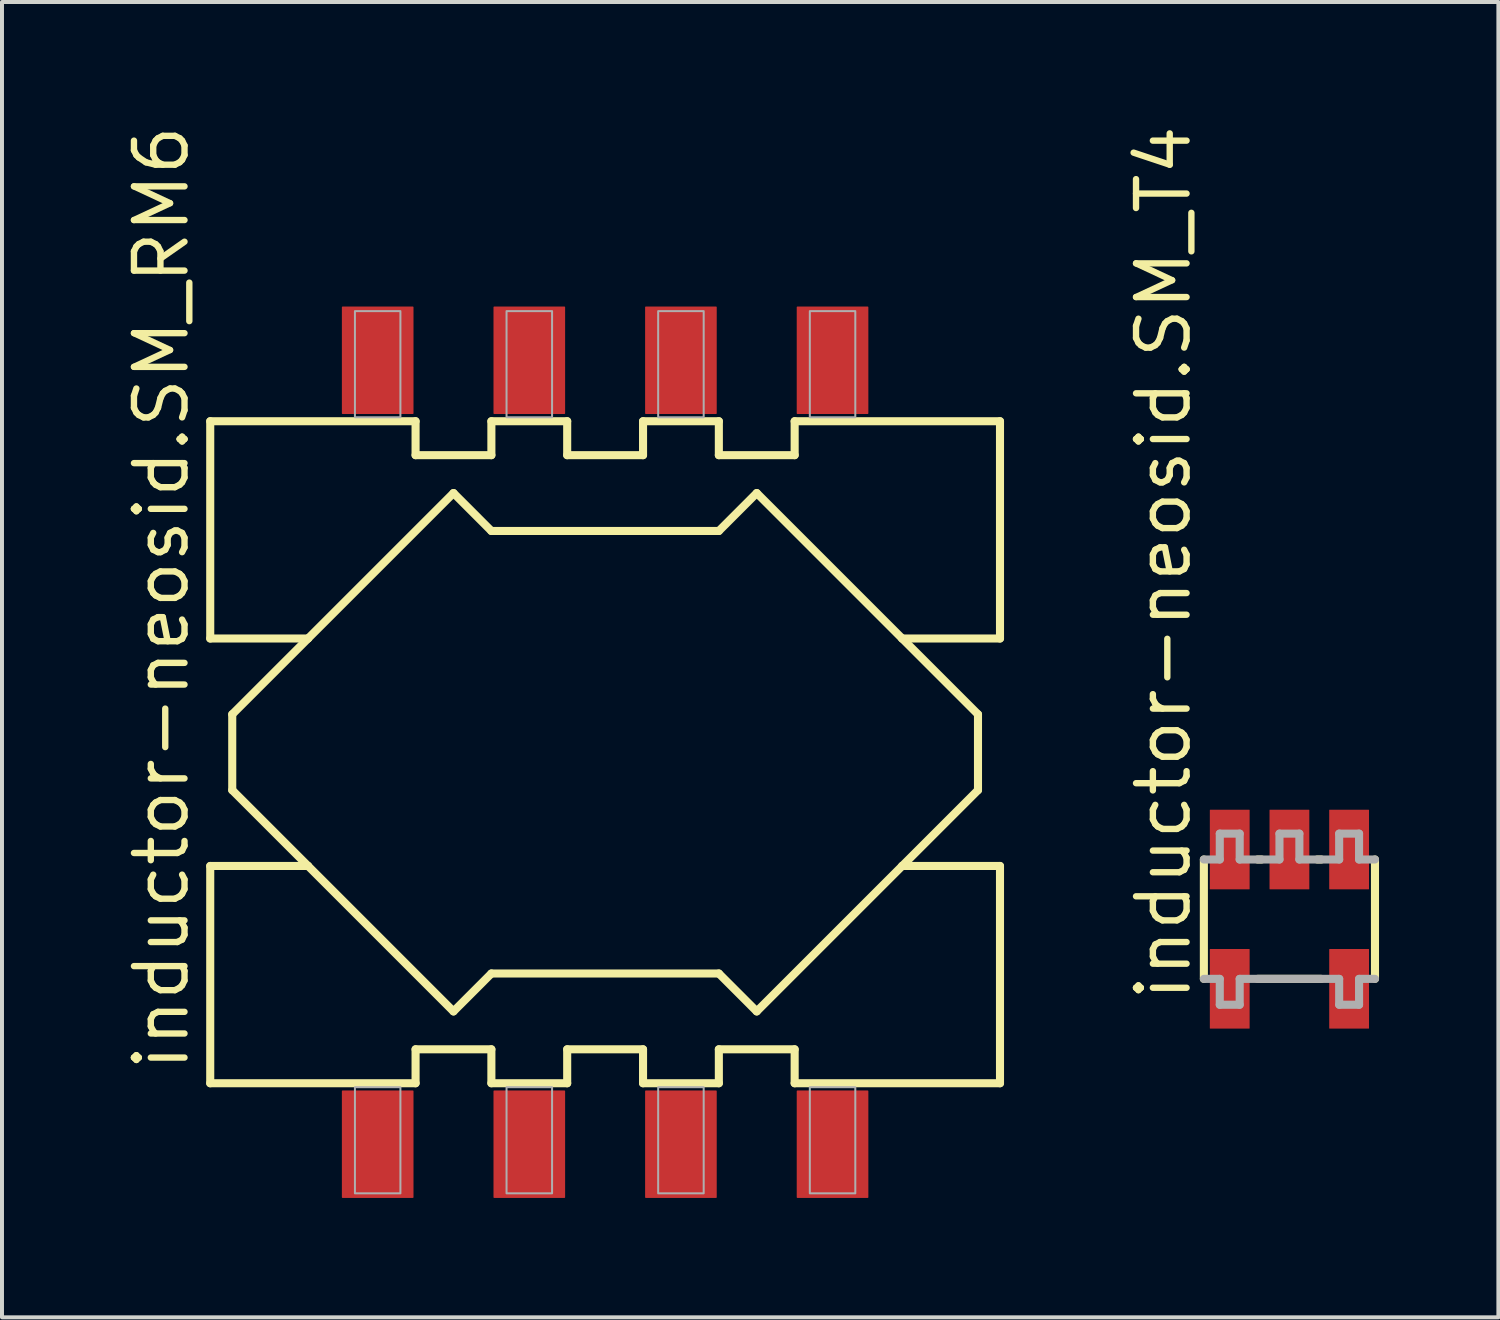
<source format=kicad_pcb>
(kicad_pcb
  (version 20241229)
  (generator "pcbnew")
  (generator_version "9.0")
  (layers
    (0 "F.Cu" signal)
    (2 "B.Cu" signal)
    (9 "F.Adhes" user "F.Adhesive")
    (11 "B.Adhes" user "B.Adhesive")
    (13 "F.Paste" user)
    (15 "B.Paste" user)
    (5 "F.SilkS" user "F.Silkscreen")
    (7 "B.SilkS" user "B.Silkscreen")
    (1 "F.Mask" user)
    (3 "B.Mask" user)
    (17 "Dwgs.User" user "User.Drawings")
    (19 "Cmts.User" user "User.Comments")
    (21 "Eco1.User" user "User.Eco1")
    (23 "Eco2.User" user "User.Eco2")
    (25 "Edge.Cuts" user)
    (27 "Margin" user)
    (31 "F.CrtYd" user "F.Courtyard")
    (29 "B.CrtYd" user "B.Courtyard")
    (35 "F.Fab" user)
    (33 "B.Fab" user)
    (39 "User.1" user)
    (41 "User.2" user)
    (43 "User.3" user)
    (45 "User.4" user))
  (footprint "inductor-neosid.SM_RM6"
    (layer "F.Cu")
    (at 12.156 15.853)
    (property "Reference" "inductor-neosid.SM_RM6" (at -10.406 8.08 90) (layer "F.SilkS") (effects (font (size 1.27 1.27) (thickness 0.16)) (justify left bottom)))
    (attr smd)
    (fp_line (start -9.923 -8.318) (end -4.763 -8.318) (stroke (width 0.203) (type default)) (layer "F.SilkS"))
    (fp_line (start -9.923 -2.858) (end -9.923 -8.318) (stroke (width 0.203) (type default)) (layer "F.SilkS"))
    (fp_line (start -9.923 2.858) (end -7.465 2.858) (stroke (width 0.203) (type default)) (layer "F.SilkS"))
    (fp_line (start -9.923 8.318) (end -9.923 2.858) (stroke (width 0.203) (type default)) (layer "F.SilkS"))
    (fp_line (start -9.37 -0.953) (end -7.465 -2.858) (stroke (width 0.203) (type default)) (layer "F.SilkS"))
    (fp_line (start -9.37 0.953) (end -9.37 -0.953) (stroke (width 0.203) (type default)) (layer "F.SilkS"))
    (fp_line (start -7.465 -2.858) (end -9.923 -2.858) (stroke (width 0.203) (type default)) (layer "F.SilkS"))
    (fp_line (start -7.465 -2.858) (end -3.81 -6.513) (stroke (width 0.203) (type default)) (layer "F.SilkS"))
    (fp_line (start -7.465 2.858) (end -9.37 0.953) (stroke (width 0.203) (type default)) (layer "F.SilkS"))
    (fp_line (start -4.763 -8.318) (end -4.763 -7.465) (stroke (width 0.203) (type default)) (layer "F.SilkS"))
    (fp_line (start -4.763 -7.465) (end -2.858 -7.465) (stroke (width 0.203) (type default)) (layer "F.SilkS"))
    (fp_line (start -4.763 7.465) (end -4.763 8.318) (stroke (width 0.203) (type default)) (layer "F.SilkS"))
    (fp_line (start -4.763 8.318) (end -9.923 8.318) (stroke (width 0.203) (type default)) (layer "F.SilkS"))
    (fp_line (start -3.81 -6.513) (end -2.858 -5.56) (stroke (width 0.203) (type default)) (layer "F.SilkS"))
    (fp_line (start -3.81 6.513) (end -7.465 2.858) (stroke (width 0.203) (type default)) (layer "F.SilkS"))
    (fp_line (start -2.858 -8.318) (end -0.953 -8.318) (stroke (width 0.203) (type default)) (layer "F.SilkS"))
    (fp_line (start -2.858 -7.465) (end -2.858 -8.318) (stroke (width 0.203) (type default)) (layer "F.SilkS"))
    (fp_line (start -2.858 -5.56) (end 2.858 -5.56) (stroke (width 0.203) (type default)) (layer "F.SilkS"))
    (fp_line (start -2.858 5.56) (end -3.81 6.513) (stroke (width 0.203) (type default)) (layer "F.SilkS"))
    (fp_line (start -2.858 7.465) (end -4.763 7.465) (stroke (width 0.203) (type default)) (layer "F.SilkS"))
    (fp_line (start -2.858 8.318) (end -2.858 7.465) (stroke (width 0.203) (type default)) (layer "F.SilkS"))
    (fp_line (start -0.953 -8.318) (end -0.953 -7.465) (stroke (width 0.203) (type default)) (layer "F.SilkS"))
    (fp_line (start -0.953 -7.465) (end 0.953 -7.465) (stroke (width 0.203) (type default)) (layer "F.SilkS"))
    (fp_line (start -0.953 7.465) (end -0.953 8.318) (stroke (width 0.203) (type default)) (layer "F.SilkS"))
    (fp_line (start -0.953 8.318) (end -2.858 8.318) (stroke (width 0.203) (type default)) (layer "F.SilkS"))
    (fp_line (start 0.953 -8.318) (end 2.858 -8.318) (stroke (width 0.203) (type default)) (layer "F.SilkS"))
    (fp_line (start 0.953 -7.465) (end 0.953 -8.318) (stroke (width 0.203) (type default)) (layer "F.SilkS"))
    (fp_line (start 0.953 7.465) (end -0.953 7.465) (stroke (width 0.203) (type default)) (layer "F.SilkS"))
    (fp_line (start 0.953 8.318) (end 0.953 7.465) (stroke (width 0.203) (type default)) (layer "F.SilkS"))
    (fp_line (start 2.858 -8.318) (end 2.858 -7.465) (stroke (width 0.203) (type default)) (layer "F.SilkS"))
    (fp_line (start 2.858 -7.465) (end 4.763 -7.465) (stroke (width 0.203) (type default)) (layer "F.SilkS"))
    (fp_line (start 2.858 -5.56) (end 3.81 -6.513) (stroke (width 0.203) (type default)) (layer "F.SilkS"))
    (fp_line (start 2.858 5.56) (end -2.858 5.56) (stroke (width 0.203) (type default)) (layer "F.SilkS"))
    (fp_line (start 2.858 7.465) (end 2.858 8.318) (stroke (width 0.203) (type default)) (layer "F.SilkS"))
    (fp_line (start 2.858 8.318) (end 0.953 8.318) (stroke (width 0.203) (type default)) (layer "F.SilkS"))
    (fp_line (start 3.81 -6.513) (end 7.465 -2.858) (stroke (width 0.203) (type default)) (layer "F.SilkS"))
    (fp_line (start 3.81 6.513) (end 2.858 5.56) (stroke (width 0.203) (type default)) (layer "F.SilkS"))
    (fp_line (start 4.763 -8.318) (end 9.923 -8.318) (stroke (width 0.203) (type default)) (layer "F.SilkS"))
    (fp_line (start 4.763 -7.465) (end 4.763 -8.318) (stroke (width 0.203) (type default)) (layer "F.SilkS"))
    (fp_line (start 4.763 7.465) (end 2.858 7.465) (stroke (width 0.203) (type default)) (layer "F.SilkS"))
    (fp_line (start 4.763 8.318) (end 4.763 7.465) (stroke (width 0.203) (type default)) (layer "F.SilkS"))
    (fp_line (start 7.465 -2.858) (end 9.37 -0.953) (stroke (width 0.203) (type default)) (layer "F.SilkS"))
    (fp_line (start 7.465 2.858) (end 3.81 6.513) (stroke (width 0.203) (type default)) (layer "F.SilkS"))
    (fp_line (start 7.465 2.858) (end 9.923 2.858) (stroke (width 0.203) (type default)) (layer "F.SilkS"))
    (fp_line (start 9.37 -0.953) (end 9.37 0.953) (stroke (width 0.203) (type default)) (layer "F.SilkS"))
    (fp_line (start 9.37 0.953) (end 7.465 2.858) (stroke (width 0.203) (type default)) (layer "F.SilkS"))
    (fp_line (start 9.923 -8.318) (end 9.923 -2.858) (stroke (width 0.203) (type default)) (layer "F.SilkS"))
    (fp_line (start 9.923 -2.858) (end 7.465 -2.858) (stroke (width 0.203) (type default)) (layer "F.SilkS"))
    (fp_line (start 9.923 2.858) (end 9.923 8.318) (stroke (width 0.203) (type default)) (layer "F.SilkS"))
    (fp_line (start 9.923 8.318) (end 4.763 8.318) (stroke (width 0.203) (type default)) (layer "F.SilkS"))
    (fp_rect (start -6.287 -8.418) (end -5.144 -11.085) (stroke (width 0.05) (type default)) (fill no) (layer "F.Fab"))
    (fp_rect (start -6.287 11.085) (end -5.144 8.418) (stroke (width 0.05) (type default)) (fill no) (layer "F.Fab"))
    (fp_rect (start -2.477 -8.418) (end -1.333 -11.085) (stroke (width 0.05) (type default)) (fill no) (layer "F.Fab"))
    (fp_rect (start -2.477 11.085) (end -1.333 8.418) (stroke (width 0.05) (type default)) (fill no) (layer "F.Fab"))
    (fp_rect (start 1.333 -8.418) (end 2.477 -11.085) (stroke (width 0.05) (type default)) (fill no) (layer "F.Fab"))
    (fp_rect (start 1.333 11.085) (end 2.477 8.418) (stroke (width 0.05) (type default)) (fill no) (layer "F.Fab"))
    (fp_rect (start 5.144 -8.418) (end 6.287 -11.085) (stroke (width 0.05) (type default)) (fill no) (layer "F.Fab"))
    (fp_rect (start 5.144 11.085) (end 6.287 8.418) (stroke (width 0.05) (type default)) (fill no) (layer "F.Fab"))
    (pad "1" smd roundrect (at -5.715 -9.85) (size 1.8 2.7) (layers "F.Cu" "F.Mask" "F.Paste") (roundrect_rratio 0.01))
    (pad "2" smd roundrect (at -1.905 -9.85) (size 1.8 2.7) (layers "F.Cu" "F.Mask" "F.Paste") (roundrect_rratio 0.01))
    (pad "3" smd roundrect (at 1.905 -9.85) (size 1.8 2.7) (layers "F.Cu" "F.Mask" "F.Paste") (roundrect_rratio 0.01))
    (pad "4" smd roundrect (at 5.715 -9.85) (size 1.8 2.7) (layers "F.Cu" "F.Mask" "F.Paste") (roundrect_rratio 0.01))
    (pad "5" smd roundrect (at 5.715 9.85) (size 1.8 2.7) (layers "F.Cu" "F.Mask" "F.Paste") (roundrect_rratio 0.01))
    (pad "6" smd roundrect (at 1.905 9.85) (size 1.8 2.7) (layers "F.Cu" "F.Mask" "F.Paste") (roundrect_rratio 0.01))
    (pad "7" smd roundrect (at -1.905 9.85) (size 1.8 2.7) (layers "F.Cu" "F.Mask" "F.Paste") (roundrect_rratio 0.01))
    (pad "8" smd roundrect (at -5.715 9.85) (size 1.8 2.7) (layers "F.Cu" "F.Mask" "F.Paste") (roundrect_rratio 0.01)))
  (footprint "inductor-neosid.SM_T4"
    (layer "F.Cu")
    (at 29.352 20.048)
    (property "Reference" "inductor-neosid.SM_T4" (at -2.421 2.131 90) (layer "F.SilkS") (effects (font (size 1.27 1.27) (thickness 0.16)) (justify left bottom)))
    (attr smd)
    (fp_line (start -2.15 1.5) (end -2.15 -1.5) (stroke (width 0.203) (type default)) (layer "F.SilkS"))
    (fp_line (start -0.8 -1.5) (end -0.7 -1.5) (stroke (width 0.203) (type default)) (layer "F.SilkS"))
    (fp_line (start -0.8 1.5) (end 0.8 1.5) (stroke (width 0.203) (type default)) (layer "F.SilkS"))
    (fp_line (start 0.7 -1.5) (end 0.8 -1.5) (stroke (width 0.203) (type default)) (layer "F.SilkS"))
    (fp_line (start 2.15 -1.5) (end 2.15 1.5) (stroke (width 0.203) (type default)) (layer "F.SilkS"))
    (fp_line (start -2.15 -1.5) (end -1.75 -1.5) (stroke (width 0.203) (type default)) (layer "F.Fab"))
    (fp_line (start -1.75 -2.15) (end -1.25 -2.15) (stroke (width 0.203) (type default)) (layer "F.Fab"))
    (fp_line (start -1.75 -1.5) (end -1.75 -2.15) (stroke (width 0.203) (type default)) (layer "F.Fab"))
    (fp_line (start -1.75 1.5) (end -2.15 1.5) (stroke (width 0.203) (type default)) (layer "F.Fab"))
    (fp_line (start -1.75 2.15) (end -1.75 1.5) (stroke (width 0.203) (type default)) (layer "F.Fab"))
    (fp_line (start -1.25 -2.15) (end -1.25 -1.5) (stroke (width 0.203) (type default)) (layer "F.Fab"))
    (fp_line (start -1.25 -1.5) (end -0.25 -1.5) (stroke (width 0.203) (type default)) (layer "F.Fab"))
    (fp_line (start -1.25 1.5) (end -1.25 2.15) (stroke (width 0.203) (type default)) (layer "F.Fab"))
    (fp_line (start -1.25 2.15) (end -1.75 2.15) (stroke (width 0.203) (type default)) (layer "F.Fab"))
    (fp_line (start -0.25 -2.15) (end 0.25 -2.15) (stroke (width 0.203) (type default)) (layer "F.Fab"))
    (fp_line (start -0.25 -1.5) (end -0.25 -2.15) (stroke (width 0.203) (type default)) (layer "F.Fab"))
    (fp_line (start 0.25 -2.15) (end 0.25 -1.5) (stroke (width 0.203) (type default)) (layer "F.Fab"))
    (fp_line (start 0.25 -1.5) (end 1.25 -1.5) (stroke (width 0.203) (type default)) (layer "F.Fab"))
    (fp_line (start 1.25 -2.15) (end 1.75 -2.15) (stroke (width 0.203) (type default)) (layer "F.Fab"))
    (fp_line (start 1.25 -1.5) (end 1.25 -2.15) (stroke (width 0.203) (type default)) (layer "F.Fab"))
    (fp_line (start 1.25 1.5) (end -1.25 1.5) (stroke (width 0.203) (type default)) (layer "F.Fab"))
    (fp_line (start 1.25 2.15) (end 1.25 1.5) (stroke (width 0.203) (type default)) (layer "F.Fab"))
    (fp_line (start 1.75 -2.15) (end 1.75 -1.5) (stroke (width 0.203) (type default)) (layer "F.Fab"))
    (fp_line (start 1.75 -1.5) (end 2.15 -1.5) (stroke (width 0.203) (type default)) (layer "F.Fab"))
    (fp_line (start 1.75 1.5) (end 1.75 2.15) (stroke (width 0.203) (type default)) (layer "F.Fab"))
    (fp_line (start 1.75 2.15) (end 1.25 2.15) (stroke (width 0.203) (type default)) (layer "F.Fab"))
    (fp_line (start 2.15 1.5) (end 1.75 1.5) (stroke (width 0.203) (type default)) (layer "F.Fab"))
    (pad "1" smd roundrect (at -1.5 1.75) (size 1 2) (layers "F.Cu" "F.Mask" "F.Paste") (roundrect_rratio 0.01))
    (pad "2" smd roundrect (at -1.5 -1.75) (size 1 2) (layers "F.Cu" "F.Mask" "F.Paste") (roundrect_rratio 0.01))
    (pad "3" smd roundrect (at 0 -1.75) (size 1 2) (layers "F.Cu" "F.Mask" "F.Paste") (roundrect_rratio 0.01))
    (pad "4" smd roundrect (at 1.5 -1.75) (size 1 2) (layers "F.Cu" "F.Mask" "F.Paste") (roundrect_rratio 0.01))
    (pad "5" smd roundrect (at 1.5 1.75) (size 1 2) (layers "F.Cu" "F.Mask" "F.Paste") (roundrect_rratio 0.01)))
  (gr_rect
    (start -3 -3)
    (end 34.603 30.053)
    (stroke (width 0.1) (type default))
    (fill no)
    (layer "Edge.Cuts")))
</source>
